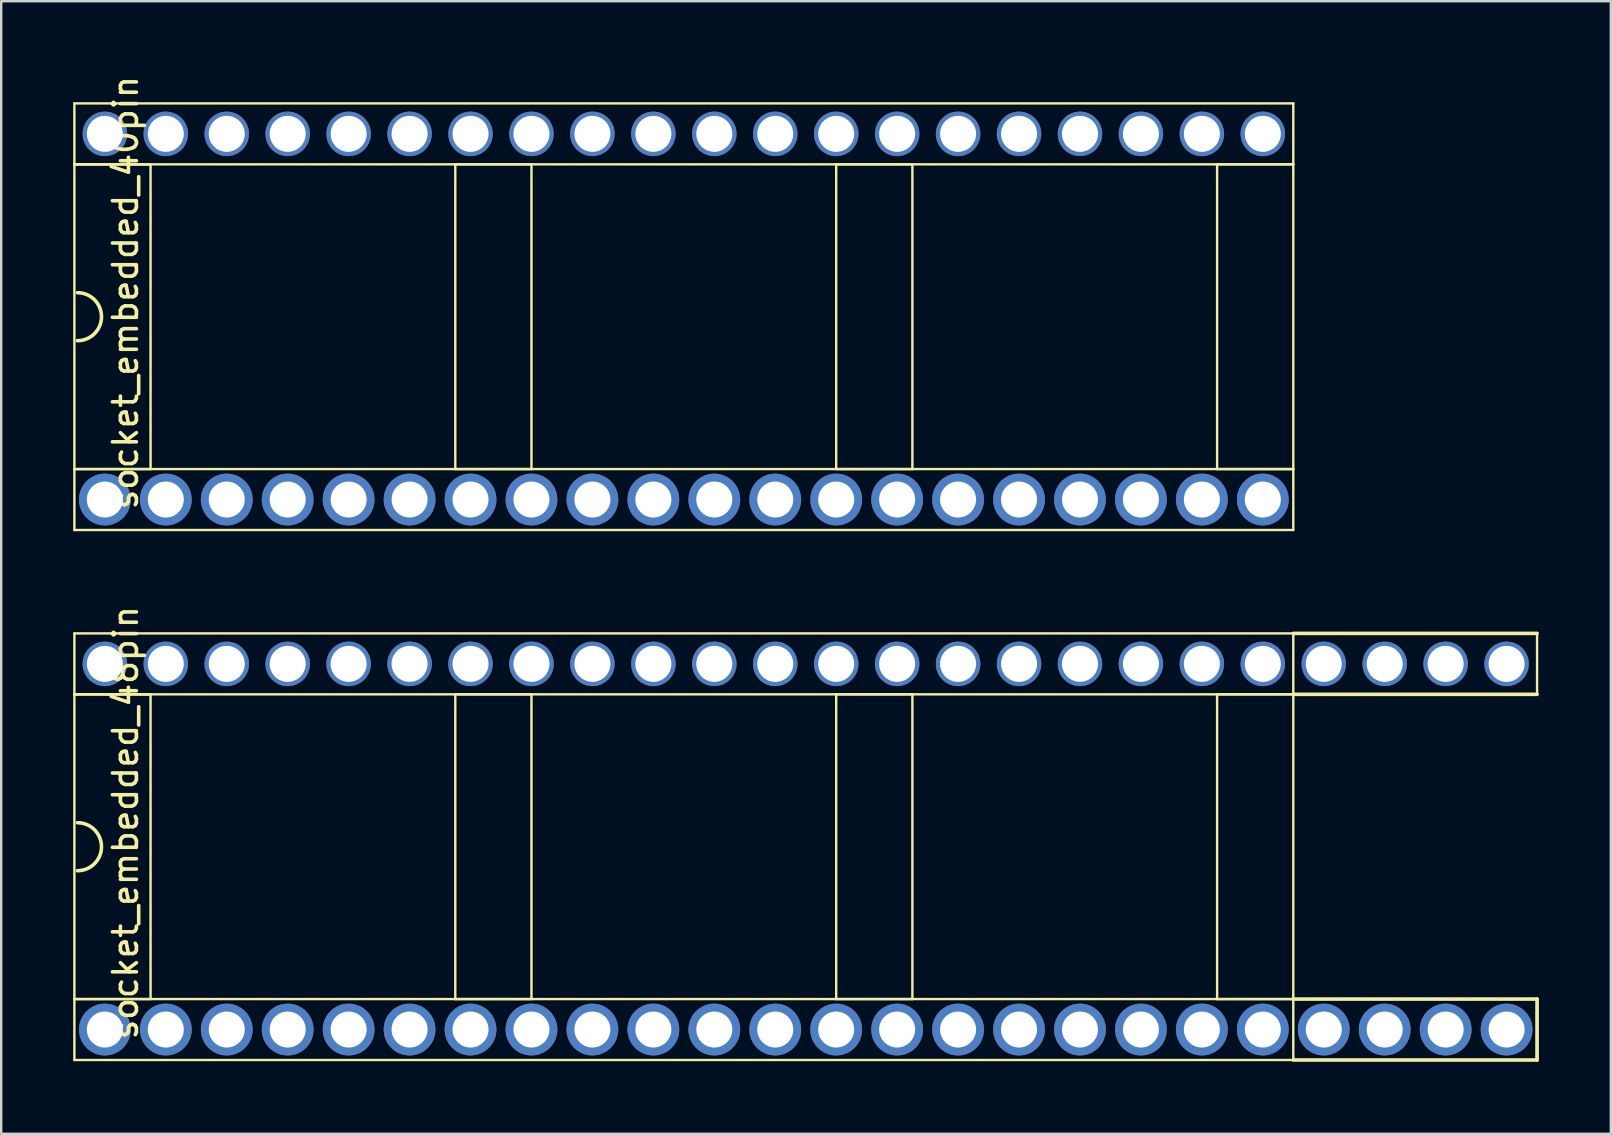
<source format=kicad_pcb>
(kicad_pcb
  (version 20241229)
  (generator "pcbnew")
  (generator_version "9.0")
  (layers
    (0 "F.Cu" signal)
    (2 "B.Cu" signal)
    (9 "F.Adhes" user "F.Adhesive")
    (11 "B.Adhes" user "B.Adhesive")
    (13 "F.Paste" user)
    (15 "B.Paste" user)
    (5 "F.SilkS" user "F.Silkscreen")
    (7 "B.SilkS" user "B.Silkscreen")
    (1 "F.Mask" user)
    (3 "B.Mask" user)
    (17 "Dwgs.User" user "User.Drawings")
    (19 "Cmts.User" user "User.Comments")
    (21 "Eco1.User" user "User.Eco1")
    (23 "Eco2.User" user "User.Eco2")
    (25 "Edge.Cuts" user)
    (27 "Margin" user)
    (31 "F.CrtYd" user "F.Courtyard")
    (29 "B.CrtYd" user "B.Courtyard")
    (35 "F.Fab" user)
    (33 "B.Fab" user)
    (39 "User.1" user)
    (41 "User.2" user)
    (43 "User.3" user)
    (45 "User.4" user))
  (footprint "socket_embedded_40pin"
    (layer "F.Cu")
    (at 24.18 10.149)
    (property "Reference" "socket_embedded_40pin" (at -22 -1 90) (layer "F.SilkS") (effects (font (size 1 1) (thickness 0.15))))
    (attr through_hole)
    (fp_line (start -24.13 -8.89) (end -24.13 -6.35) (stroke (width 0.1) (type solid)) (layer "F.SilkS"))
    (fp_line (start -24.13 -6.35) (end -20.955 -6.35) (stroke (width 0.1) (type solid)) (layer "F.SilkS"))
    (fp_line (start -24.13 -6.35) (end -20.955 -6.35) (stroke (width 0.1) (type solid)) (layer "F.SilkS"))
    (fp_line (start -24.13 -6.35) (end 26.67 -6.35) (stroke (width 0.1) (type solid)) (layer "F.SilkS"))
    (fp_line (start -24.13 6.35) (end -24.13 -6.35) (stroke (width 0.1) (type solid)) (layer "F.SilkS"))
    (fp_line (start -24.13 6.35) (end -24.13 8.89) (stroke (width 0.1) (type solid)) (layer "F.SilkS"))
    (fp_line (start -24.13 8.89) (end 26.67 8.89) (stroke (width 0.1) (type solid)) (layer "F.SilkS"))
    (fp_line (start -20.955 -6.35) (end -20.955 6.35) (stroke (width 0.1) (type solid)) (layer "F.SilkS"))
    (fp_line (start -20.955 6.35) (end -24.13 6.35) (stroke (width 0.1) (type solid)) (layer "F.SilkS"))
    (fp_line (start -8.255 -6.35) (end -5.08 -6.35) (stroke (width 0.1) (type solid)) (layer "F.SilkS"))
    (fp_line (start -8.255 6.35) (end -8.255 -6.35) (stroke (width 0.1) (type solid)) (layer "F.SilkS"))
    (fp_line (start -5.08 -6.35) (end -5.08 6.35) (stroke (width 0.1) (type solid)) (layer "F.SilkS"))
    (fp_line (start -5.08 6.35) (end -8.255 6.35) (stroke (width 0.1) (type solid)) (layer "F.SilkS"))
    (fp_line (start 7.62 -6.35) (end 7.62 6.35) (stroke (width 0.1) (type solid)) (layer "F.SilkS"))
    (fp_line (start 7.62 6.35) (end 10.795 6.35) (stroke (width 0.1) (type solid)) (layer "F.SilkS"))
    (fp_line (start 10.795 -6.35) (end 7.62 -6.35) (stroke (width 0.1) (type solid)) (layer "F.SilkS"))
    (fp_line (start 10.795 6.35) (end 10.795 -6.35) (stroke (width 0.1) (type solid)) (layer "F.SilkS"))
    (fp_line (start 23.495 -6.35) (end 23.495 6.35) (stroke (width 0.1) (type solid)) (layer "F.SilkS"))
    (fp_line (start 23.495 6.35) (end 26.67 6.35) (stroke (width 0.1) (type solid)) (layer "F.SilkS"))
    (fp_line (start 26.67 -8.89) (end -24.13 -8.89) (stroke (width 0.1) (type solid)) (layer "F.SilkS"))
    (fp_line (start 26.67 -6.35) (end 23.495 -6.35) (stroke (width 0.1) (type solid)) (layer "F.SilkS"))
    (fp_line (start 26.67 -6.35) (end 26.67 -8.89) (stroke (width 0.1) (type solid)) (layer "F.SilkS"))
    (fp_line (start 26.67 6.35) (end -24.13 6.35) (stroke (width 0.1) (type solid)) (layer "F.SilkS"))
    (fp_line (start 26.67 6.35) (end 26.67 -6.35) (stroke (width 0.1) (type solid)) (layer "F.SilkS"))
    (fp_line (start 26.67 8.89) (end 26.67 6.35) (stroke (width 0.1) (type solid)) (layer "F.SilkS"))
    (fp_arc (start -24 -1) (mid -23 0) (end -24 1) (stroke (width 0.15) (type solid)) (layer "F.SilkS"))
    (pad "1" thru_hole circle (at -22.86 7.62) (size 2.159 2.159) (drill 1.5) (layers "*.Cu" "*.Mask"))
    (pad "2" thru_hole circle (at -20.32 7.62) (size 2.159 2.159) (drill 1.5) (layers "*.Cu" "*.Mask"))
    (pad "3" thru_hole circle (at -17.78 7.62) (size 2.159 2.159) (drill 1.5) (layers "*.Cu" "*.Mask"))
    (pad "4" thru_hole circle (at -15.24 7.62) (size 2.159 2.159) (drill 1.5) (layers "*.Cu" "*.Mask"))
    (pad "5" thru_hole circle (at -12.7 7.62) (size 2.159 2.159) (drill 1.5) (layers "*.Cu" "*.Mask"))
    (pad "6" thru_hole circle (at -10.16 7.62) (size 2.159 2.159) (drill 1.5) (layers "*.Cu" "*.Mask"))
    (pad "7" thru_hole circle (at -7.62 7.62) (size 2.159 2.159) (drill 1.5) (layers "*.Cu" "*.Mask"))
    (pad "8" thru_hole circle (at -5.08 7.62) (size 2.159 2.159) (drill 1.5) (layers "*.Cu" "*.Mask"))
    (pad "9" thru_hole circle (at -2.54 7.62) (size 2.159 2.159) (drill 1.5) (layers "*.Cu" "*.Mask"))
    (pad "10" thru_hole circle (at 0 7.62) (size 2.159 2.159) (drill 1.5) (layers "*.Cu" "*.Mask"))
    (pad "11" thru_hole circle (at 2.54 7.62) (size 2.159 2.159) (drill 1.5) (layers "*.Cu" "*.Mask"))
    (pad "12" thru_hole circle (at 5.08 7.62) (size 2.159 2.159) (drill 1.5) (layers "*.Cu" "*.Mask"))
    (pad "13" thru_hole circle (at 7.62 7.62) (size 2.159 2.159) (drill 1.5) (layers "*.Cu" "*.Mask"))
    (pad "14" thru_hole circle (at 10.16 7.62) (size 2.159 2.159) (drill 1.5) (layers "*.Cu" "*.Mask"))
    (pad "15" thru_hole circle (at 12.7 7.62) (size 2.159 2.159) (drill 1.5) (layers "*.Cu" "*.Mask"))
    (pad "16" thru_hole circle (at 15.24 7.62) (size 2.159 2.159) (drill 1.5) (layers "*.Cu" "*.Mask"))
    (pad "17" thru_hole circle (at 17.78 7.62) (size 2.159 2.159) (drill 1.5) (layers "*.Cu" "*.Mask"))
    (pad "18" thru_hole circle (at 20.32 7.62) (size 2.159 2.159) (drill 1.5) (layers "*.Cu" "*.Mask"))
    (pad "19" thru_hole circle (at 22.86 7.62) (size 2.159 2.159) (drill 1.5) (layers "*.Cu" "*.Mask"))
    (pad "20" thru_hole circle (at 25.4 7.62) (size 2.159 2.159) (drill 1.5) (layers "*.Cu" "*.Mask"))
    (pad "21" thru_hole circle (at 25.4 -7.62) (size 1.854 1.854) (drill 1.5) (layers "*.Cu" "*.Mask"))
    (pad "22" thru_hole circle (at 22.86 -7.62) (size 1.854 1.854) (drill 1.5) (layers "*.Cu" "*.Mask"))
    (pad "23" thru_hole circle (at 20.32 -7.62) (size 1.854 1.854) (drill 1.5) (layers "*.Cu" "*.Mask"))
    (pad "24" thru_hole circle (at 17.78 -7.62) (size 1.854 1.854) (drill 1.5) (layers "*.Cu" "*.Mask"))
    (pad "25" thru_hole circle (at 15.24 -7.62) (size 1.854 1.854) (drill 1.5) (layers "*.Cu" "*.Mask"))
    (pad "26" thru_hole circle (at 12.7 -7.62) (size 1.854 1.854) (drill 1.5) (layers "*.Cu" "*.Mask"))
    (pad "27" thru_hole circle (at 10.16 -7.62) (size 1.854 1.854) (drill 1.5) (layers "*.Cu" "*.Mask"))
    (pad "28" thru_hole circle (at 7.62 -7.62) (size 1.854 1.854) (drill 1.5) (layers "*.Cu" "*.Mask"))
    (pad "29" thru_hole circle (at 5.08 -7.62) (size 1.854 1.854) (drill 1.5) (layers "*.Cu" "*.Mask"))
    (pad "30" thru_hole circle (at 2.54 -7.62) (size 1.854 1.854) (drill 1.5) (layers "*.Cu" "*.Mask"))
    (pad "31" thru_hole circle (at 0 -7.62) (size 1.854 1.854) (drill 1.5) (layers "*.Cu" "*.Mask"))
    (pad "32" thru_hole circle (at -2.54 -7.62) (size 1.854 1.854) (drill 1.5) (layers "*.Cu" "*.Mask"))
    (pad "33" thru_hole circle (at -5.08 -7.62) (size 1.854 1.854) (drill 1.5) (layers "*.Cu" "*.Mask"))
    (pad "34" thru_hole circle (at -7.62 -7.62) (size 1.854 1.854) (drill 1.5) (layers "*.Cu" "*.Mask"))
    (pad "35" thru_hole circle (at -10.16 -7.62) (size 1.854 1.854) (drill 1.5) (layers "*.Cu" "*.Mask"))
    (pad "36" thru_hole circle (at -12.7 -7.62) (size 1.854 1.854) (drill 1.5) (layers "*.Cu" "*.Mask"))
    (pad "37" thru_hole circle (at -15.24 -7.62) (size 1.854 1.854) (drill 1.5) (layers "*.Cu" "*.Mask"))
    (pad "38" thru_hole circle (at -17.78 -7.62) (size 1.854 1.854) (drill 1.5) (layers "*.Cu" "*.Mask"))
    (pad "39" thru_hole circle (at -20.32 -7.62) (size 1.854 1.854) (drill 1.5) (layers "*.Cu" "*.Mask"))
    (pad "40" thru_hole circle (at -22.86 -7.62) (size 1.854 1.854) (drill 1.5) (layers "*.Cu" "*.Mask")))
  (footprint "socket_embedded_48pin"
    (layer "F.Cu")
    (at 24.18 32.238)
    (property "Reference" "socket_embedded_48pin" (at -22 -1 90) (layer "F.SilkS") (effects (font (size 1 1) (thickness 0.15))))
    (attr through_hole)
    (fp_line (start -24.13 -8.89) (end -24.13 -6.35) (stroke (width 0.1) (type solid)) (layer "F.SilkS"))
    (fp_line (start -24.13 -6.35) (end -20.955 -6.35) (stroke (width 0.1) (type solid)) (layer "F.SilkS"))
    (fp_line (start -24.13 -6.35) (end -20.955 -6.35) (stroke (width 0.1) (type solid)) (layer "F.SilkS"))
    (fp_line (start -24.13 -6.35) (end 26.67 -6.35) (stroke (width 0.1) (type solid)) (layer "F.SilkS"))
    (fp_line (start -24.13 6.35) (end -24.13 -6.35) (stroke (width 0.1) (type solid)) (layer "F.SilkS"))
    (fp_line (start -24.13 6.35) (end -24.13 8.89) (stroke (width 0.1) (type solid)) (layer "F.SilkS"))
    (fp_line (start -24.13 8.89) (end 26.67 8.89) (stroke (width 0.1) (type solid)) (layer "F.SilkS"))
    (fp_line (start -20.955 -6.35) (end -20.955 6.35) (stroke (width 0.1) (type solid)) (layer "F.SilkS"))
    (fp_line (start -20.955 6.35) (end -24.13 6.35) (stroke (width 0.1) (type solid)) (layer "F.SilkS"))
    (fp_line (start -8.255 -6.35) (end -5.08 -6.35) (stroke (width 0.1) (type solid)) (layer "F.SilkS"))
    (fp_line (start -8.255 6.35) (end -8.255 -6.35) (stroke (width 0.1) (type solid)) (layer "F.SilkS"))
    (fp_line (start -5.08 -6.35) (end -5.08 6.35) (stroke (width 0.1) (type solid)) (layer "F.SilkS"))
    (fp_line (start -5.08 6.35) (end -8.255 6.35) (stroke (width 0.1) (type solid)) (layer "F.SilkS"))
    (fp_line (start 7.62 -6.35) (end 7.62 6.35) (stroke (width 0.1) (type solid)) (layer "F.SilkS"))
    (fp_line (start 7.62 6.35) (end 10.795 6.35) (stroke (width 0.1) (type solid)) (layer "F.SilkS"))
    (fp_line (start 10.795 -6.35) (end 7.62 -6.35) (stroke (width 0.1) (type solid)) (layer "F.SilkS"))
    (fp_line (start 10.795 6.35) (end 10.795 -6.35) (stroke (width 0.1) (type solid)) (layer "F.SilkS"))
    (fp_line (start 23.495 -6.35) (end 23.495 6.35) (stroke (width 0.1) (type solid)) (layer "F.SilkS"))
    (fp_line (start 23.495 6.35) (end 26.67 6.35) (stroke (width 0.1) (type solid)) (layer "F.SilkS"))
    (fp_line (start 26.67 -8.89) (end -24.13 -8.89) (stroke (width 0.1) (type solid)) (layer "F.SilkS"))
    (fp_line (start 26.67 -8.89) (end 36.83 -8.89) (stroke (width 0.15) (type solid)) (layer "F.SilkS"))
    (fp_line (start 26.67 -6.35) (end 23.495 -6.35) (stroke (width 0.1) (type solid)) (layer "F.SilkS"))
    (fp_line (start 26.67 -6.35) (end 26.67 -8.89) (stroke (width 0.1) (type solid)) (layer "F.SilkS"))
    (fp_line (start 26.67 -6.35) (end 36.83 -6.35) (stroke (width 0.15) (type solid)) (layer "F.SilkS"))
    (fp_line (start 26.67 6.35) (end -24.13 6.35) (stroke (width 0.1) (type solid)) (layer "F.SilkS"))
    (fp_line (start 26.67 6.35) (end 26.67 -6.35) (stroke (width 0.1) (type solid)) (layer "F.SilkS"))
    (fp_line (start 26.67 6.35) (end 36.83 6.35) (stroke (width 0.15) (type solid)) (layer "F.SilkS"))
    (fp_line (start 26.67 8.89) (end 26.67 6.35) (stroke (width 0.1) (type solid)) (layer "F.SilkS"))
    (fp_line (start 26.67 8.89) (end 36.83 8.89) (stroke (width 0.15) (type solid)) (layer "F.SilkS"))
    (fp_line (start 36.83 -6.35) (end 36.83 -8.89) (stroke (width 0.1) (type solid)) (layer "F.SilkS"))
    (fp_line (start 36.83 6.35) (end 36.83 8.89) (stroke (width 0.15) (type solid)) (layer "F.SilkS"))
    (fp_line (start 36.83 8.89) (end 36.83 6.35) (stroke (width 0.1) (type solid)) (layer "F.SilkS"))
    (fp_arc (start -24 -1) (mid -23 0) (end -24 1) (stroke (width 0.15) (type solid)) (layer "F.SilkS"))
    (pad "1" thru_hole circle (at -22.86 7.62) (size 2.159 2.159) (drill 1.5) (layers "*.Cu" "*.Mask"))
    (pad "2" thru_hole circle (at -20.32 7.62) (size 2.159 2.159) (drill 1.5) (layers "*.Cu" "*.Mask"))
    (pad "3" thru_hole circle (at -17.78 7.62) (size 2.159 2.159) (drill 1.5) (layers "*.Cu" "*.Mask"))
    (pad "4" thru_hole circle (at -15.24 7.62) (size 2.159 2.159) (drill 1.5) (layers "*.Cu" "*.Mask"))
    (pad "5" thru_hole circle (at -12.7 7.62) (size 2.159 2.159) (drill 1.5) (layers "*.Cu" "*.Mask"))
    (pad "6" thru_hole circle (at -10.16 7.62) (size 2.159 2.159) (drill 1.5) (layers "*.Cu" "*.Mask"))
    (pad "7" thru_hole circle (at -7.62 7.62) (size 2.159 2.159) (drill 1.5) (layers "*.Cu" "*.Mask"))
    (pad "8" thru_hole circle (at -5.08 7.62) (size 2.159 2.159) (drill 1.5) (layers "*.Cu" "*.Mask"))
    (pad "9" thru_hole circle (at -2.54 7.62) (size 2.159 2.159) (drill 1.5) (layers "*.Cu" "*.Mask"))
    (pad "10" thru_hole circle (at 0 7.62) (size 2.159 2.159) (drill 1.5) (layers "*.Cu" "*.Mask"))
    (pad "11" thru_hole circle (at 2.54 7.62) (size 2.159 2.159) (drill 1.5) (layers "*.Cu" "*.Mask"))
    (pad "12" thru_hole circle (at 5.08 7.62) (size 2.159 2.159) (drill 1.5) (layers "*.Cu" "*.Mask"))
    (pad "13" thru_hole circle (at 7.62 7.62) (size 2.159 2.159) (drill 1.5) (layers "*.Cu" "*.Mask"))
    (pad "14" thru_hole circle (at 10.16 7.62) (size 2.159 2.159) (drill 1.5) (layers "*.Cu" "*.Mask"))
    (pad "15" thru_hole circle (at 12.7 7.62) (size 2.159 2.159) (drill 1.5) (layers "*.Cu" "*.Mask"))
    (pad "16" thru_hole circle (at 15.24 7.62) (size 2.159 2.159) (drill 1.5) (layers "*.Cu" "*.Mask"))
    (pad "17" thru_hole circle (at 17.78 7.62) (size 2.159 2.159) (drill 1.5) (layers "*.Cu" "*.Mask"))
    (pad "18" thru_hole circle (at 20.32 7.62) (size 2.159 2.159) (drill 1.5) (layers "*.Cu" "*.Mask"))
    (pad "19" thru_hole circle (at 22.86 7.62) (size 2.159 2.159) (drill 1.5) (layers "*.Cu" "*.Mask"))
    (pad "20" thru_hole circle (at 25.4 7.62) (size 2.159 2.159) (drill 1.5) (layers "*.Cu" "*.Mask"))
    (pad "21" thru_hole circle (at 27.94 7.62) (size 2.159 2.159) (drill 1.5) (layers "*.Cu" "*.Mask"))
    (pad "22" thru_hole circle (at 30.48 7.62) (size 2.159 2.159) (drill 1.5) (layers "*.Cu" "*.Mask"))
    (pad "23" thru_hole circle (at 33.02 7.62) (size 2.159 2.159) (drill 1.5) (layers "*.Cu" "*.Mask"))
    (pad "24" thru_hole circle (at 35.56 7.62) (size 2.159 2.159) (drill 1.5) (layers "*.Cu" "*.Mask"))
    (pad "25" thru_hole circle (at 35.56 -7.62) (size 1.854 1.854) (drill 1.5) (layers "*.Cu" "*.Mask"))
    (pad "26" thru_hole circle (at 33.02 -7.62) (size 1.854 1.854) (drill 1.5) (layers "*.Cu" "*.Mask"))
    (pad "27" thru_hole circle (at 30.48 -7.62) (size 1.854 1.854) (drill 1.5) (layers "*.Cu" "*.Mask"))
    (pad "28" thru_hole circle (at 27.94 -7.62) (size 1.854 1.854) (drill 1.5) (layers "*.Cu" "*.Mask"))
    (pad "29" thru_hole circle (at 25.4 -7.62) (size 1.854 1.854) (drill 1.5) (layers "*.Cu" "*.Mask"))
    (pad "30" thru_hole circle (at 22.86 -7.62) (size 1.854 1.854) (drill 1.5) (layers "*.Cu" "*.Mask"))
    (pad "31" thru_hole circle (at 20.32 -7.62) (size 1.854 1.854) (drill 1.5) (layers "*.Cu" "*.Mask"))
    (pad "32" thru_hole circle (at 17.78 -7.62) (size 1.854 1.854) (drill 1.5) (layers "*.Cu" "*.Mask"))
    (pad "33" thru_hole circle (at 15.24 -7.62) (size 1.854 1.854) (drill 1.5) (layers "*.Cu" "*.Mask"))
    (pad "34" thru_hole circle (at 12.7 -7.62) (size 1.854 1.854) (drill 1.5) (layers "*.Cu" "*.Mask"))
    (pad "35" thru_hole circle (at 10.16 -7.62) (size 1.854 1.854) (drill 1.5) (layers "*.Cu" "*.Mask"))
    (pad "36" thru_hole circle (at 7.62 -7.62) (size 1.854 1.854) (drill 1.5) (layers "*.Cu" "*.Mask"))
    (pad "37" thru_hole circle (at 5.08 -7.62) (size 1.854 1.854) (drill 1.5) (layers "*.Cu" "*.Mask"))
    (pad "38" thru_hole circle (at 2.54 -7.62) (size 1.854 1.854) (drill 1.5) (layers "*.Cu" "*.Mask"))
    (pad "39" thru_hole circle (at 0 -7.62) (size 1.854 1.854) (drill 1.5) (layers "*.Cu" "*.Mask"))
    (pad "40" thru_hole circle (at -2.54 -7.62) (size 1.854 1.854) (drill 1.5) (layers "*.Cu" "*.Mask"))
    (pad "41" thru_hole circle (at -5.08 -7.62) (size 1.854 1.854) (drill 1.5) (layers "*.Cu" "*.Mask"))
    (pad "42" thru_hole circle (at -7.62 -7.62) (size 1.854 1.854) (drill 1.5) (layers "*.Cu" "*.Mask"))
    (pad "43" thru_hole circle (at -10.16 -7.62) (size 1.854 1.854) (drill 1.5) (layers "*.Cu" "*.Mask"))
    (pad "44" thru_hole circle (at -12.7 -7.62) (size 1.854 1.854) (drill 1.5) (layers "*.Cu" "*.Mask"))
    (pad "45" thru_hole circle (at -15.24 -7.62) (size 1.854 1.854) (drill 1.5) (layers "*.Cu" "*.Mask"))
    (pad "46" thru_hole circle (at -17.78 -7.62) (size 1.854 1.854) (drill 1.5) (layers "*.Cu" "*.Mask"))
    (pad "47" thru_hole circle (at -20.32 -7.62) (size 1.854 1.854) (drill 1.5) (layers "*.Cu" "*.Mask"))
    (pad "48" thru_hole circle (at -22.86 -7.62) (size 1.854 1.854) (drill 1.5) (layers "*.Cu" "*.Mask")))
  (gr_rect
    (start -3 -3)
    (end 64.085 44.203)
    (stroke (width 0.1) (type default))
    (fill no)
    (layer "Edge.Cuts")))
</source>
